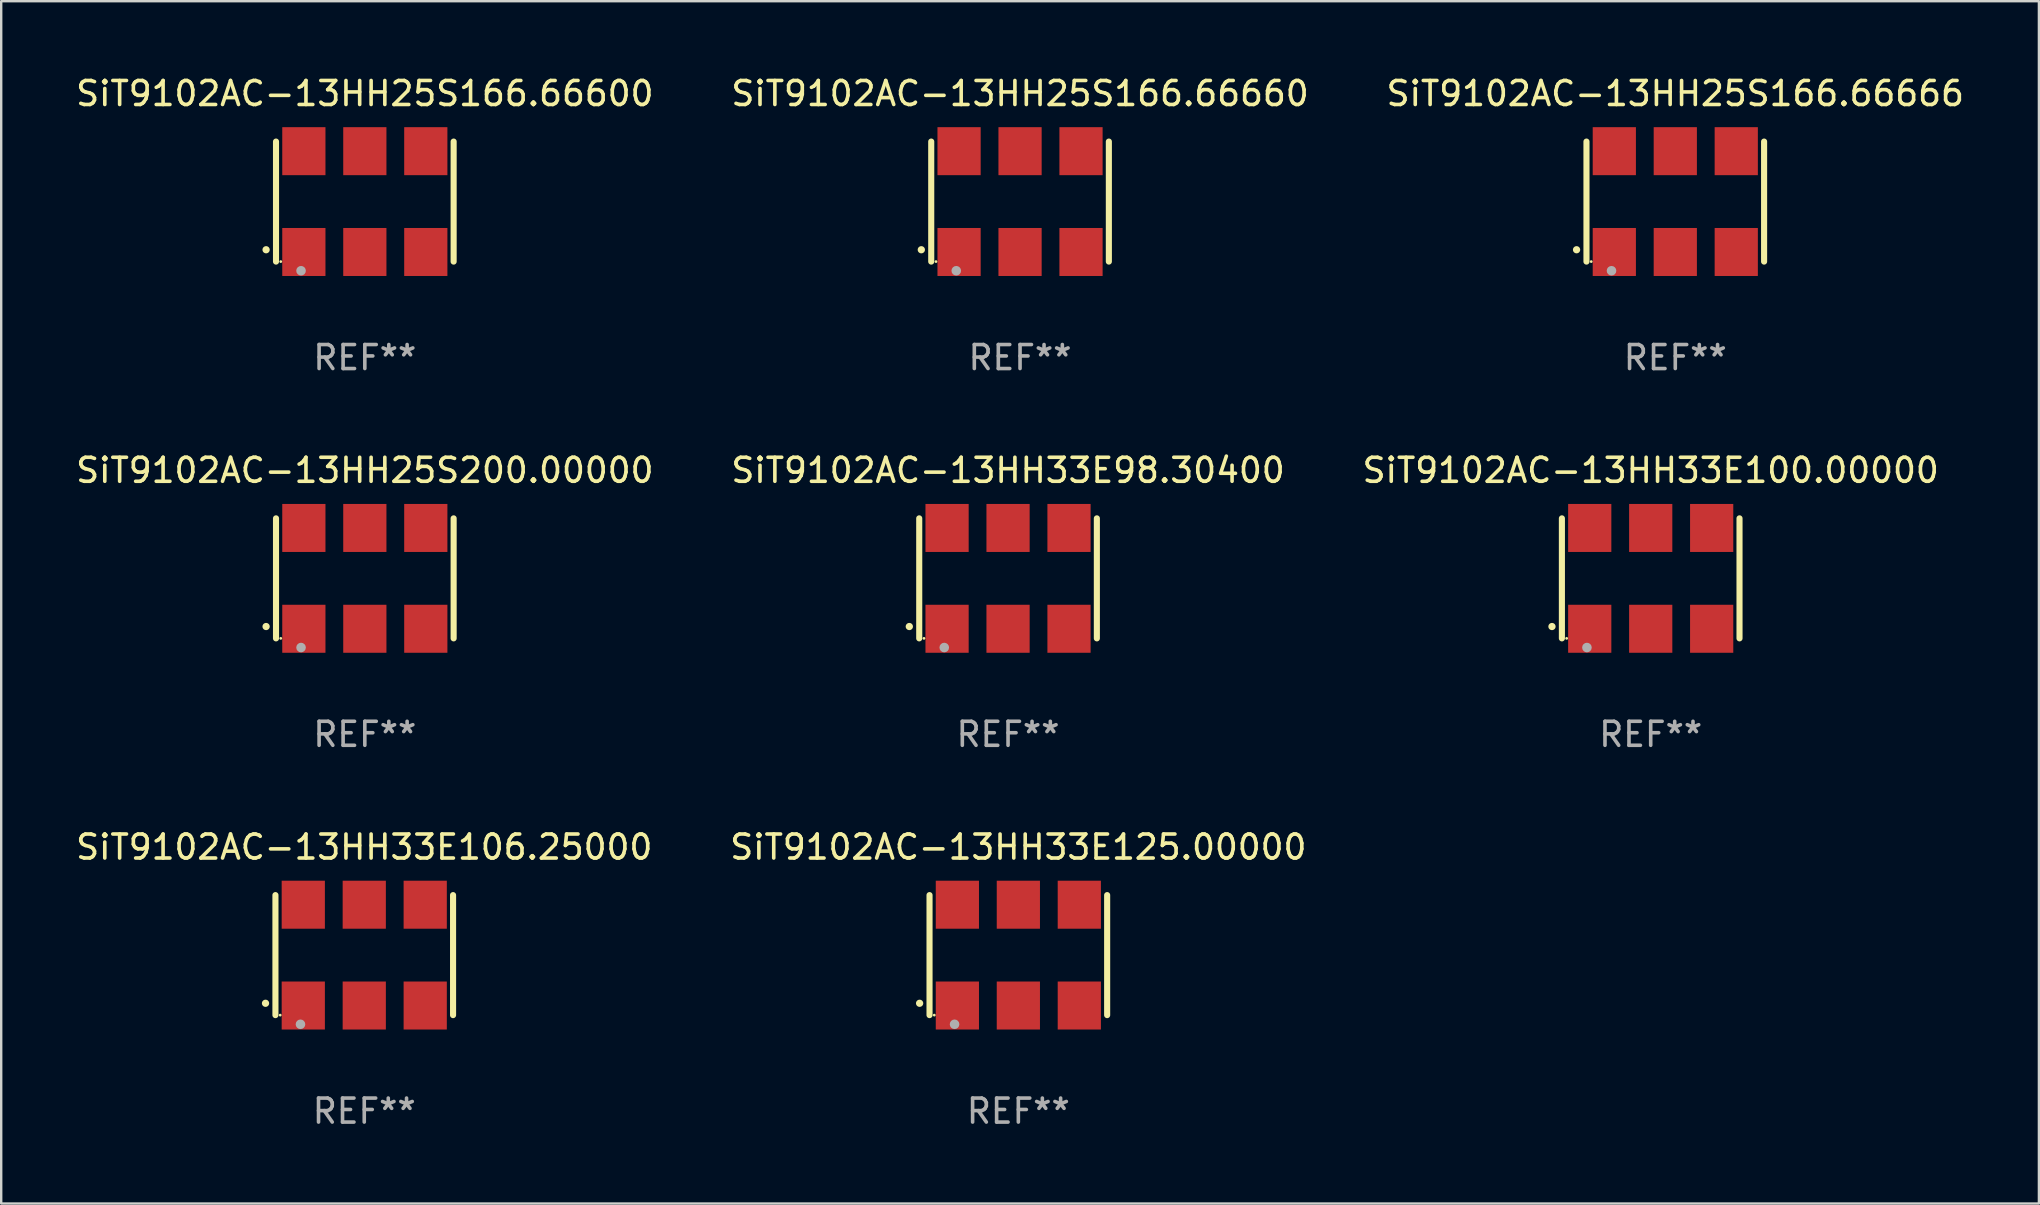
<source format=kicad_pcb>
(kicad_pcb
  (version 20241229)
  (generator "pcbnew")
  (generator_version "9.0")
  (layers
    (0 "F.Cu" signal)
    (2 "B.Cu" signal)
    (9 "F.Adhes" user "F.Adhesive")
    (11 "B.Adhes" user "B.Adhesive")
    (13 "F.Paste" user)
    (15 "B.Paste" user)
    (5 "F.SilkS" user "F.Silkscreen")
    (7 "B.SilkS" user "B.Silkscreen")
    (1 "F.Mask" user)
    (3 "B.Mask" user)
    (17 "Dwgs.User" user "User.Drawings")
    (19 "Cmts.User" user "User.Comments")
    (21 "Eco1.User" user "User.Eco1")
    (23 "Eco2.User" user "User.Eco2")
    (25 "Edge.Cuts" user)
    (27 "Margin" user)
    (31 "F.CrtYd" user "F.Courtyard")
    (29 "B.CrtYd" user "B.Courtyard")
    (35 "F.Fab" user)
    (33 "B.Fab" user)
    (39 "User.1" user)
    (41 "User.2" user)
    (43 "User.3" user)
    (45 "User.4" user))
  (footprint "SiT9102AC-13HH33E98.30400"
    (layer "F.Cu")
    (at 38.946 21.045)
    (property "Reference" "SiT9102AC-13HH33E98.30400" (at 0 -4.5 0) (layer "F.SilkS") (effects (font (size 1 1) (thickness 0.15))))
    (attr through_hole)
    (fp_line (start -3.7 -2.5) (end -3.7 2.5) (stroke (width 0.254) (type solid)) (layer "F.SilkS"))
    (fp_line (start 3.7 -2.5) (end 3.7 2.5) (stroke (width 0.254) (type solid)) (layer "F.SilkS"))
    (fp_arc (start -4.114415 2.006604) (mid -4.113145 2.006599) (end -4.111875 2.006604) (stroke (width 0.3) (type solid)) (layer "F.SilkS"))
    (fp_circle (center -3.502 2.5) (end -3.472 2.5) (stroke (width 0.06) (type solid)) (fill no) (layer "F.SilkS"))
    (fp_circle (center -2.657 2.882) (end -2.557 2.882) (stroke (width 0.2) (type solid)) (fill no) (layer "F.Fab"))
    (fp_text user "REF**" (at 0 6.5 0) (layer "F.Fab") (effects (font (size 1 1) (thickness 0.15))))
    (pad "1" smd rect (at -2.54 2.1) (size 1.8 2) (layers "F.Cu" "F.Mask" "F.Paste"))
    (pad "2" smd rect (at 0.000394 2.1) (size 1.8 2) (layers "F.Cu" "F.Mask" "F.Paste"))
    (pad "3" smd rect (at 2.54 2.1) (size 1.8 2) (layers "F.Cu" "F.Mask" "F.Paste"))
    (pad "4" smd rect (at 2.54 -2.1) (size 1.8 2) (layers "F.Cu" "F.Mask" "F.Paste"))
    (pad "5" smd rect (at 0.000394 -2.1) (size 1.8 2) (layers "F.Cu" "F.Mask" "F.Paste"))
    (pad "6" smd rect (at -2.54 -2.1) (size 1.8 2) (layers "F.Cu" "F.Mask" "F.Paste")))
  (footprint "SiT9102AC-13HH25S166.66600"
    (layer "F.Cu")
    (at 12.149 5.348)
    (property "Reference" "SiT9102AC-13HH25S166.66600" (at 0 -4.5 0) (layer "F.SilkS") (effects (font (size 1 1) (thickness 0.15))))
    (attr through_hole)
    (fp_line (start -3.7 -2.5) (end -3.7 2.5) (stroke (width 0.254) (type solid)) (layer "F.SilkS"))
    (fp_line (start 3.7 -2.5) (end 3.7 2.5) (stroke (width 0.254) (type solid)) (layer "F.SilkS"))
    (fp_arc (start -4.114415 2.006604) (mid -4.113145 2.006599) (end -4.111875 2.006604) (stroke (width 0.3) (type solid)) (layer "F.SilkS"))
    (fp_circle (center -3.502 2.5) (end -3.472 2.5) (stroke (width 0.06) (type solid)) (fill no) (layer "F.SilkS"))
    (fp_circle (center -2.657 2.882) (end -2.557 2.882) (stroke (width 0.2) (type solid)) (fill no) (layer "F.Fab"))
    (fp_text user "REF**" (at 0 6.5 0) (layer "F.Fab") (effects (font (size 1 1) (thickness 0.15))))
    (pad "1" smd rect (at -2.54 2.1) (size 1.8 2) (layers "F.Cu" "F.Mask" "F.Paste"))
    (pad "2" smd rect (at 0.000394 2.1) (size 1.8 2) (layers "F.Cu" "F.Mask" "F.Paste"))
    (pad "3" smd rect (at 2.54 2.1) (size 1.8 2) (layers "F.Cu" "F.Mask" "F.Paste"))
    (pad "4" smd rect (at 2.54 -2.1) (size 1.8 2) (layers "F.Cu" "F.Mask" "F.Paste"))
    (pad "5" smd rect (at 0.000394 -2.1) (size 1.8 2) (layers "F.Cu" "F.Mask" "F.Paste"))
    (pad "6" smd rect (at -2.54 -2.1) (size 1.8 2) (layers "F.Cu" "F.Mask" "F.Paste")))
  (footprint "SiT9102AC-13HH25S200.00000"
    (layer "F.Cu")
    (at 12.149 21.045)
    (property "Reference" "SiT9102AC-13HH25S200.00000" (at 0 -4.5 0) (layer "F.SilkS") (effects (font (size 1 1) (thickness 0.15))))
    (attr through_hole)
    (fp_line (start -3.7 -2.5) (end -3.7 2.5) (stroke (width 0.254) (type solid)) (layer "F.SilkS"))
    (fp_line (start 3.7 -2.5) (end 3.7 2.5) (stroke (width 0.254) (type solid)) (layer "F.SilkS"))
    (fp_arc (start -4.114415 2.006604) (mid -4.113145 2.006599) (end -4.111875 2.006604) (stroke (width 0.3) (type solid)) (layer "F.SilkS"))
    (fp_circle (center -3.502 2.5) (end -3.472 2.5) (stroke (width 0.06) (type solid)) (fill no) (layer "F.SilkS"))
    (fp_circle (center -2.657 2.882) (end -2.557 2.882) (stroke (width 0.2) (type solid)) (fill no) (layer "F.Fab"))
    (fp_text user "REF**" (at 0 6.5 0) (layer "F.Fab") (effects (font (size 1 1) (thickness 0.15))))
    (pad "1" smd rect (at -2.54 2.1) (size 1.8 2) (layers "F.Cu" "F.Mask" "F.Paste"))
    (pad "2" smd rect (at 0.000394 2.1) (size 1.8 2) (layers "F.Cu" "F.Mask" "F.Paste"))
    (pad "3" smd rect (at 2.54 2.1) (size 1.8 2) (layers "F.Cu" "F.Mask" "F.Paste"))
    (pad "4" smd rect (at 2.54 -2.1) (size 1.8 2) (layers "F.Cu" "F.Mask" "F.Paste"))
    (pad "5" smd rect (at 0.000394 -2.1) (size 1.8 2) (layers "F.Cu" "F.Mask" "F.Paste"))
    (pad "6" smd rect (at -2.54 -2.1) (size 1.8 2) (layers "F.Cu" "F.Mask" "F.Paste")))
  (footprint "SiT9102AC-13HH33E106.25000"
    (layer "F.Cu")
    (at 12.125 36.741)
    (property "Reference" "SiT9102AC-13HH33E106.25000" (at 0 -4.5 0) (layer "F.SilkS") (effects (font (size 1 1) (thickness 0.15))))
    (attr through_hole)
    (fp_line (start -3.7 -2.5) (end -3.7 2.5) (stroke (width 0.254) (type solid)) (layer "F.SilkS"))
    (fp_line (start 3.7 -2.5) (end 3.7 2.5) (stroke (width 0.254) (type solid)) (layer "F.SilkS"))
    (fp_arc (start -4.114415 2.006604) (mid -4.113145 2.006599) (end -4.111875 2.006604) (stroke (width 0.3) (type solid)) (layer "F.SilkS"))
    (fp_circle (center -3.502 2.5) (end -3.472 2.5) (stroke (width 0.06) (type solid)) (fill no) (layer "F.SilkS"))
    (fp_circle (center -2.657 2.882) (end -2.557 2.882) (stroke (width 0.2) (type solid)) (fill no) (layer "F.Fab"))
    (fp_text user "REF**" (at 0 6.5 0) (layer "F.Fab") (effects (font (size 1 1) (thickness 0.15))))
    (pad "1" smd rect (at -2.54 2.1) (size 1.8 2) (layers "F.Cu" "F.Mask" "F.Paste"))
    (pad "2" smd rect (at 0.000394 2.1) (size 1.8 2) (layers "F.Cu" "F.Mask" "F.Paste"))
    (pad "3" smd rect (at 2.54 2.1) (size 1.8 2) (layers "F.Cu" "F.Mask" "F.Paste"))
    (pad "4" smd rect (at 2.54 -2.1) (size 1.8 2) (layers "F.Cu" "F.Mask" "F.Paste"))
    (pad "5" smd rect (at 0.000394 -2.1) (size 1.8 2) (layers "F.Cu" "F.Mask" "F.Paste"))
    (pad "6" smd rect (at -2.54 -2.1) (size 1.8 2) (layers "F.Cu" "F.Mask" "F.Paste")))
  (footprint "SiT9102AC-13HH25S166.66666"
    (layer "F.Cu")
    (at 66.744 5.348)
    (property "Reference" "SiT9102AC-13HH25S166.66666" (at 0 -4.5 0) (layer "F.SilkS") (effects (font (size 1 1) (thickness 0.15))))
    (attr through_hole)
    (fp_line (start -3.7 -2.5) (end -3.7 2.5) (stroke (width 0.254) (type solid)) (layer "F.SilkS"))
    (fp_line (start 3.7 -2.5) (end 3.7 2.5) (stroke (width 0.254) (type solid)) (layer "F.SilkS"))
    (fp_arc (start -4.114415 2.006604) (mid -4.113145 2.006599) (end -4.111875 2.006604) (stroke (width 0.3) (type solid)) (layer "F.SilkS"))
    (fp_circle (center -3.502 2.5) (end -3.472 2.5) (stroke (width 0.06) (type solid)) (fill no) (layer "F.SilkS"))
    (fp_circle (center -2.657 2.882) (end -2.557 2.882) (stroke (width 0.2) (type solid)) (fill no) (layer "F.Fab"))
    (fp_text user "REF**" (at 0 6.5 0) (layer "F.Fab") (effects (font (size 1 1) (thickness 0.15))))
    (pad "1" smd rect (at -2.54 2.1) (size 1.8 2) (layers "F.Cu" "F.Mask" "F.Paste"))
    (pad "2" smd rect (at 0.000394 2.1) (size 1.8 2) (layers "F.Cu" "F.Mask" "F.Paste"))
    (pad "3" smd rect (at 2.54 2.1) (size 1.8 2) (layers "F.Cu" "F.Mask" "F.Paste"))
    (pad "4" smd rect (at 2.54 -2.1) (size 1.8 2) (layers "F.Cu" "F.Mask" "F.Paste"))
    (pad "5" smd rect (at 0.000394 -2.1) (size 1.8 2) (layers "F.Cu" "F.Mask" "F.Paste"))
    (pad "6" smd rect (at -2.54 -2.1) (size 1.8 2) (layers "F.Cu" "F.Mask" "F.Paste")))
  (footprint "SiT9102AC-13HH33E100.00000"
    (layer "F.Cu")
    (at 65.72 21.045)
    (property "Reference" "SiT9102AC-13HH33E100.00000" (at 0 -4.5 0) (layer "F.SilkS") (effects (font (size 1 1) (thickness 0.15))))
    (attr through_hole)
    (fp_line (start -3.7 -2.5) (end -3.7 2.5) (stroke (width 0.254) (type solid)) (layer "F.SilkS"))
    (fp_line (start 3.7 -2.5) (end 3.7 2.5) (stroke (width 0.254) (type solid)) (layer "F.SilkS"))
    (fp_arc (start -4.114415 2.006604) (mid -4.113145 2.006599) (end -4.111875 2.006604) (stroke (width 0.3) (type solid)) (layer "F.SilkS"))
    (fp_circle (center -3.502 2.5) (end -3.472 2.5) (stroke (width 0.06) (type solid)) (fill no) (layer "F.SilkS"))
    (fp_circle (center -2.657 2.882) (end -2.557 2.882) (stroke (width 0.2) (type solid)) (fill no) (layer "F.Fab"))
    (fp_text user "REF**" (at 0 6.5 0) (layer "F.Fab") (effects (font (size 1 1) (thickness 0.15))))
    (pad "1" smd rect (at -2.54 2.1) (size 1.8 2) (layers "F.Cu" "F.Mask" "F.Paste"))
    (pad "2" smd rect (at 0.000394 2.1) (size 1.8 2) (layers "F.Cu" "F.Mask" "F.Paste"))
    (pad "3" smd rect (at 2.54 2.1) (size 1.8 2) (layers "F.Cu" "F.Mask" "F.Paste"))
    (pad "4" smd rect (at 2.54 -2.1) (size 1.8 2) (layers "F.Cu" "F.Mask" "F.Paste"))
    (pad "5" smd rect (at 0.000394 -2.1) (size 1.8 2) (layers "F.Cu" "F.Mask" "F.Paste"))
    (pad "6" smd rect (at -2.54 -2.1) (size 1.8 2) (layers "F.Cu" "F.Mask" "F.Paste")))
  (footprint "SiT9102AC-13HH25S166.66660"
    (layer "F.Cu")
    (at 39.446 5.348)
    (property "Reference" "SiT9102AC-13HH25S166.66660" (at 0 -4.5 0) (layer "F.SilkS") (effects (font (size 1 1) (thickness 0.15))))
    (attr through_hole)
    (fp_line (start -3.7 -2.5) (end -3.7 2.5) (stroke (width 0.254) (type solid)) (layer "F.SilkS"))
    (fp_line (start 3.7 -2.5) (end 3.7 2.5) (stroke (width 0.254) (type solid)) (layer "F.SilkS"))
    (fp_arc (start -4.114415 2.006604) (mid -4.113145 2.006599) (end -4.111875 2.006604) (stroke (width 0.3) (type solid)) (layer "F.SilkS"))
    (fp_circle (center -3.502 2.5) (end -3.472 2.5) (stroke (width 0.06) (type solid)) (fill no) (layer "F.SilkS"))
    (fp_circle (center -2.657 2.882) (end -2.557 2.882) (stroke (width 0.2) (type solid)) (fill no) (layer "F.Fab"))
    (fp_text user "REF**" (at 0 6.5 0) (layer "F.Fab") (effects (font (size 1 1) (thickness 0.15))))
    (pad "1" smd rect (at -2.54 2.1) (size 1.8 2) (layers "F.Cu" "F.Mask" "F.Paste"))
    (pad "2" smd rect (at 0.000394 2.1) (size 1.8 2) (layers "F.Cu" "F.Mask" "F.Paste"))
    (pad "3" smd rect (at 2.54 2.1) (size 1.8 2) (layers "F.Cu" "F.Mask" "F.Paste"))
    (pad "4" smd rect (at 2.54 -2.1) (size 1.8 2) (layers "F.Cu" "F.Mask" "F.Paste"))
    (pad "5" smd rect (at 0.000394 -2.1) (size 1.8 2) (layers "F.Cu" "F.Mask" "F.Paste"))
    (pad "6" smd rect (at -2.54 -2.1) (size 1.8 2) (layers "F.Cu" "F.Mask" "F.Paste")))
  (footprint "SiT9102AC-13HH33E125.00000"
    (layer "F.Cu")
    (at 39.375 36.741)
    (property "Reference" "SiT9102AC-13HH33E125.00000" (at 0 -4.5 0) (layer "F.SilkS") (effects (font (size 1 1) (thickness 0.15))))
    (attr through_hole)
    (fp_line (start -3.7 -2.5) (end -3.7 2.5) (stroke (width 0.254) (type solid)) (layer "F.SilkS"))
    (fp_line (start 3.7 -2.5) (end 3.7 2.5) (stroke (width 0.254) (type solid)) (layer "F.SilkS"))
    (fp_arc (start -4.114415 2.006604) (mid -4.113145 2.006599) (end -4.111875 2.006604) (stroke (width 0.3) (type solid)) (layer "F.SilkS"))
    (fp_circle (center -3.502 2.5) (end -3.472 2.5) (stroke (width 0.06) (type solid)) (fill no) (layer "F.SilkS"))
    (fp_circle (center -2.657 2.882) (end -2.557 2.882) (stroke (width 0.2) (type solid)) (fill no) (layer "F.Fab"))
    (fp_text user "REF**" (at 0 6.5 0) (layer "F.Fab") (effects (font (size 1 1) (thickness 0.15))))
    (pad "1" smd rect (at -2.54 2.1) (size 1.8 2) (layers "F.Cu" "F.Mask" "F.Paste"))
    (pad "2" smd rect (at 0.000394 2.1) (size 1.8 2) (layers "F.Cu" "F.Mask" "F.Paste"))
    (pad "3" smd rect (at 2.54 2.1) (size 1.8 2) (layers "F.Cu" "F.Mask" "F.Paste"))
    (pad "4" smd rect (at 2.54 -2.1) (size 1.8 2) (layers "F.Cu" "F.Mask" "F.Paste"))
    (pad "5" smd rect (at 0.000394 -2.1) (size 1.8 2) (layers "F.Cu" "F.Mask" "F.Paste"))
    (pad "6" smd rect (at -2.54 -2.1) (size 1.8 2) (layers "F.Cu" "F.Mask" "F.Paste")))
  (gr_rect
    (start -3 -3)
    (end 81.893 47.09)
    (stroke (width 0.1) (type default))
    (fill no)
    (layer "Edge.Cuts")))
</source>
